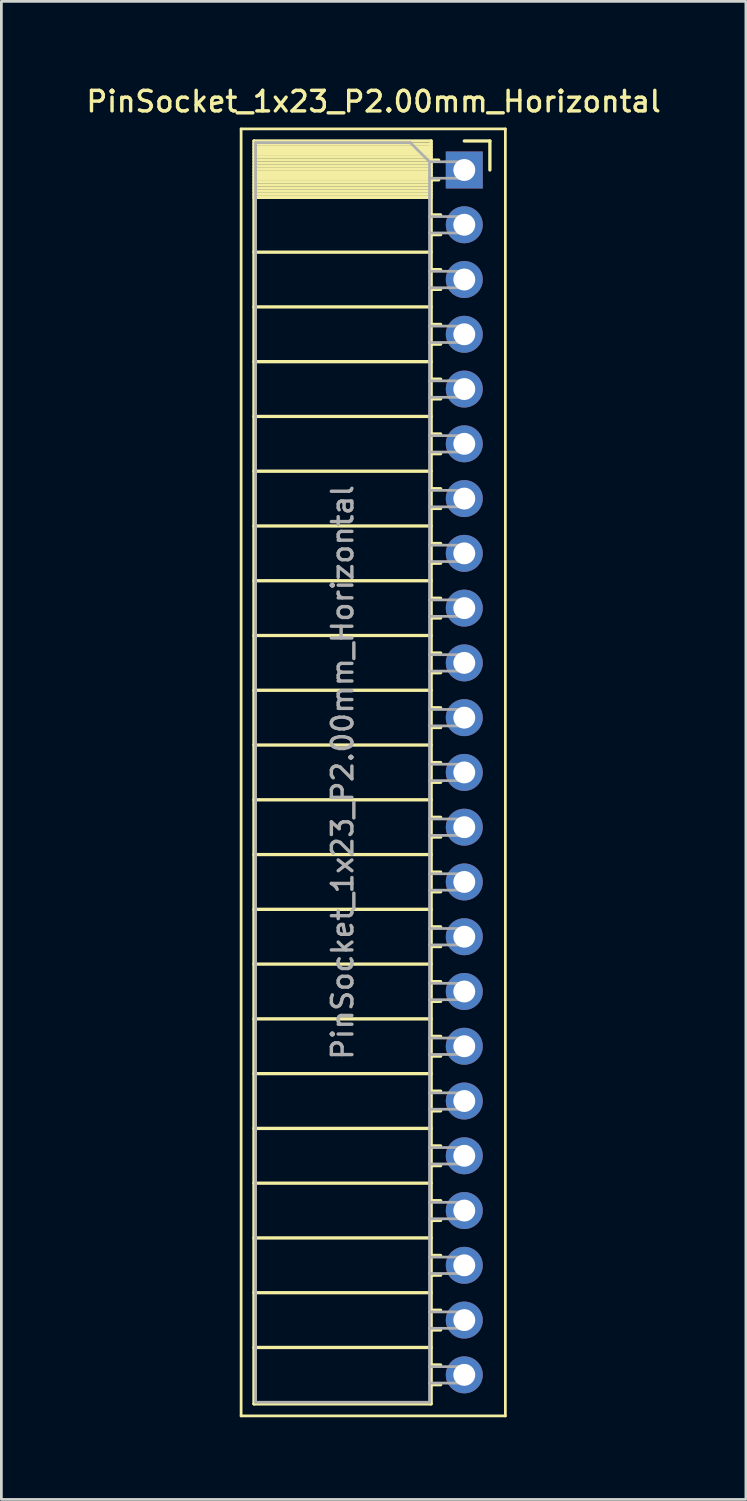
<source format=kicad_pcb>
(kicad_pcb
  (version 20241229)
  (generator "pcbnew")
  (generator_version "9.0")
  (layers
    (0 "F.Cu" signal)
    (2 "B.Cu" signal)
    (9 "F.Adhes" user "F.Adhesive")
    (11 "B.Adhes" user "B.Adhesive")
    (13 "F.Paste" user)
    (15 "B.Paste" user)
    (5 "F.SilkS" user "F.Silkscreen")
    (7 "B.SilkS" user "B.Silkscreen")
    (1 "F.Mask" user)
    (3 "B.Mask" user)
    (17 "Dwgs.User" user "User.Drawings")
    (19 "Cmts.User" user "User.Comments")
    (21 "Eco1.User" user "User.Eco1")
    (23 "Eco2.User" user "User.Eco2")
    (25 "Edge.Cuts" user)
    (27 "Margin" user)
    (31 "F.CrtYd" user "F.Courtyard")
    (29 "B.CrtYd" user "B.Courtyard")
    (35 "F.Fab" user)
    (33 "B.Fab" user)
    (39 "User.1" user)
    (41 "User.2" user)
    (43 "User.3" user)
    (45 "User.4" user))
  (footprint "PinSocket_1x23_P2.00mm_Horizontal"
    (layer "F.Cu")
    (at 13.905 3.158)
    (property "Reference" "PinSocket_1x23_P2.00mm_Horizontal" (at -3.31 -2.5 0) (layer "F.SilkS") (effects (font (size 0.75 0.75) (thickness 0.125))))
    (attr through_hole)
    (fp_line (start -8.15 -1.5) (end -8.15 45.5) (stroke (width 0.1) (type solid)) (layer "F.SilkS"))
    (fp_line (start -8.15 45.5) (end 1.5 45.5) (stroke (width 0.1) (type solid)) (layer "F.SilkS"))
    (fp_line (start -7.68 -1.06) (end -7.68 45.06) (stroke (width 0.12) (type solid)) (layer "F.SilkS"))
    (fp_line (start -7.68 -1.06) (end -1.21 -1.06) (stroke (width 0.12) (type solid)) (layer "F.SilkS"))
    (fp_line (start -7.68 -0.94) (end -1.21 -0.94) (stroke (width 0.12) (type solid)) (layer "F.SilkS"))
    (fp_line (start -7.68 -0.826) (end -1.21 -0.826) (stroke (width 0.12) (type solid)) (layer "F.SilkS"))
    (fp_line (start -7.68 -0.712) (end -1.21 -0.712) (stroke (width 0.12) (type solid)) (layer "F.SilkS"))
    (fp_line (start -7.68 -0.598) (end -1.21 -0.598) (stroke (width 0.12) (type solid)) (layer "F.SilkS"))
    (fp_line (start -7.68 -0.484) (end -1.21 -0.484) (stroke (width 0.12) (type solid)) (layer "F.SilkS"))
    (fp_line (start -7.68 -0.369) (end -1.21 -0.369) (stroke (width 0.12) (type solid)) (layer "F.SilkS"))
    (fp_line (start -7.68 -0.255) (end -1.21 -0.255) (stroke (width 0.12) (type solid)) (layer "F.SilkS"))
    (fp_line (start -7.68 -0.141) (end -1.21 -0.141) (stroke (width 0.12) (type solid)) (layer "F.SilkS"))
    (fp_line (start -7.68 -0.027) (end -1.21 -0.027) (stroke (width 0.12) (type solid)) (layer "F.SilkS"))
    (fp_line (start -7.68 0.087) (end -1.21 0.087) (stroke (width 0.12) (type solid)) (layer "F.SilkS"))
    (fp_line (start -7.68 0.201) (end -1.21 0.201) (stroke (width 0.12) (type solid)) (layer "F.SilkS"))
    (fp_line (start -7.68 0.315) (end -1.21 0.315) (stroke (width 0.12) (type solid)) (layer "F.SilkS"))
    (fp_line (start -7.68 0.429) (end -1.21 0.429) (stroke (width 0.12) (type solid)) (layer "F.SilkS"))
    (fp_line (start -7.68 0.544) (end -1.21 0.544) (stroke (width 0.12) (type solid)) (layer "F.SilkS"))
    (fp_line (start -7.68 0.658) (end -1.21 0.658) (stroke (width 0.12) (type solid)) (layer "F.SilkS"))
    (fp_line (start -7.68 0.772) (end -1.21 0.772) (stroke (width 0.12) (type solid)) (layer "F.SilkS"))
    (fp_line (start -7.68 0.886) (end -1.21 0.886) (stroke (width 0.12) (type solid)) (layer "F.SilkS"))
    (fp_line (start -7.68 1) (end -1.21 1) (stroke (width 0.12) (type solid)) (layer "F.SilkS"))
    (fp_line (start -7.68 3) (end -1.21 3) (stroke (width 0.12) (type solid)) (layer "F.SilkS"))
    (fp_line (start -7.68 5) (end -1.21 5) (stroke (width 0.12) (type solid)) (layer "F.SilkS"))
    (fp_line (start -7.68 7) (end -1.21 7) (stroke (width 0.12) (type solid)) (layer "F.SilkS"))
    (fp_line (start -7.68 9) (end -1.21 9) (stroke (width 0.12) (type solid)) (layer "F.SilkS"))
    (fp_line (start -7.68 11) (end -1.21 11) (stroke (width 0.12) (type solid)) (layer "F.SilkS"))
    (fp_line (start -7.68 13) (end -1.21 13) (stroke (width 0.12) (type solid)) (layer "F.SilkS"))
    (fp_line (start -7.68 15) (end -1.21 15) (stroke (width 0.12) (type solid)) (layer "F.SilkS"))
    (fp_line (start -7.68 17) (end -1.21 17) (stroke (width 0.12) (type solid)) (layer "F.SilkS"))
    (fp_line (start -7.68 19) (end -1.21 19) (stroke (width 0.12) (type solid)) (layer "F.SilkS"))
    (fp_line (start -7.68 21) (end -1.21 21) (stroke (width 0.12) (type solid)) (layer "F.SilkS"))
    (fp_line (start -7.68 23) (end -1.21 23) (stroke (width 0.12) (type solid)) (layer "F.SilkS"))
    (fp_line (start -7.68 25) (end -1.21 25) (stroke (width 0.12) (type solid)) (layer "F.SilkS"))
    (fp_line (start -7.68 27) (end -1.21 27) (stroke (width 0.12) (type solid)) (layer "F.SilkS"))
    (fp_line (start -7.68 29) (end -1.21 29) (stroke (width 0.12) (type solid)) (layer "F.SilkS"))
    (fp_line (start -7.68 31) (end -1.21 31) (stroke (width 0.12) (type solid)) (layer "F.SilkS"))
    (fp_line (start -7.68 33) (end -1.21 33) (stroke (width 0.12) (type solid)) (layer "F.SilkS"))
    (fp_line (start -7.68 35) (end -1.21 35) (stroke (width 0.12) (type solid)) (layer "F.SilkS"))
    (fp_line (start -7.68 37) (end -1.21 37) (stroke (width 0.12) (type solid)) (layer "F.SilkS"))
    (fp_line (start -7.68 39) (end -1.21 39) (stroke (width 0.12) (type solid)) (layer "F.SilkS"))
    (fp_line (start -7.68 41) (end -1.21 41) (stroke (width 0.12) (type solid)) (layer "F.SilkS"))
    (fp_line (start -7.68 43) (end -1.21 43) (stroke (width 0.12) (type solid)) (layer "F.SilkS"))
    (fp_line (start -7.68 45.06) (end -1.21 45.06) (stroke (width 0.12) (type solid)) (layer "F.SilkS"))
    (fp_line (start -1.21 -1.06) (end -1.21 45.06) (stroke (width 0.12) (type solid)) (layer "F.SilkS"))
    (fp_line (start -1.21 -0.36) (end -0.935 -0.36) (stroke (width 0.12) (type solid)) (layer "F.SilkS"))
    (fp_line (start -1.21 0.36) (end -0.935 0.36) (stroke (width 0.12) (type solid)) (layer "F.SilkS"))
    (fp_line (start -1.21 1.64) (end -0.863 1.64) (stroke (width 0.12) (type solid)) (layer "F.SilkS"))
    (fp_line (start -1.21 2.36) (end -0.863 2.36) (stroke (width 0.12) (type solid)) (layer "F.SilkS"))
    (fp_line (start -1.21 3.64) (end -0.863 3.64) (stroke (width 0.12) (type solid)) (layer "F.SilkS"))
    (fp_line (start -1.21 4.36) (end -0.863 4.36) (stroke (width 0.12) (type solid)) (layer "F.SilkS"))
    (fp_line (start -1.21 5.64) (end -0.863 5.64) (stroke (width 0.12) (type solid)) (layer "F.SilkS"))
    (fp_line (start -1.21 6.36) (end -0.863 6.36) (stroke (width 0.12) (type solid)) (layer "F.SilkS"))
    (fp_line (start -1.21 7.64) (end -0.863 7.64) (stroke (width 0.12) (type solid)) (layer "F.SilkS"))
    (fp_line (start -1.21 8.36) (end -0.863 8.36) (stroke (width 0.12) (type solid)) (layer "F.SilkS"))
    (fp_line (start -1.21 9.64) (end -0.863 9.64) (stroke (width 0.12) (type solid)) (layer "F.SilkS"))
    (fp_line (start -1.21 10.36) (end -0.863 10.36) (stroke (width 0.12) (type solid)) (layer "F.SilkS"))
    (fp_line (start -1.21 11.64) (end -0.863 11.64) (stroke (width 0.12) (type solid)) (layer "F.SilkS"))
    (fp_line (start -1.21 12.36) (end -0.863 12.36) (stroke (width 0.12) (type solid)) (layer "F.SilkS"))
    (fp_line (start -1.21 13.64) (end -0.863 13.64) (stroke (width 0.12) (type solid)) (layer "F.SilkS"))
    (fp_line (start -1.21 14.36) (end -0.863 14.36) (stroke (width 0.12) (type solid)) (layer "F.SilkS"))
    (fp_line (start -1.21 15.64) (end -0.863 15.64) (stroke (width 0.12) (type solid)) (layer "F.SilkS"))
    (fp_line (start -1.21 16.36) (end -0.863 16.36) (stroke (width 0.12) (type solid)) (layer "F.SilkS"))
    (fp_line (start -1.21 17.64) (end -0.863 17.64) (stroke (width 0.12) (type solid)) (layer "F.SilkS"))
    (fp_line (start -1.21 18.36) (end -0.863 18.36) (stroke (width 0.12) (type solid)) (layer "F.SilkS"))
    (fp_line (start -1.21 19.64) (end -0.863 19.64) (stroke (width 0.12) (type solid)) (layer "F.SilkS"))
    (fp_line (start -1.21 20.36) (end -0.863 20.36) (stroke (width 0.12) (type solid)) (layer "F.SilkS"))
    (fp_line (start -1.21 21.64) (end -0.863 21.64) (stroke (width 0.12) (type solid)) (layer "F.SilkS"))
    (fp_line (start -1.21 22.36) (end -0.863 22.36) (stroke (width 0.12) (type solid)) (layer "F.SilkS"))
    (fp_line (start -1.21 23.64) (end -0.863 23.64) (stroke (width 0.12) (type solid)) (layer "F.SilkS"))
    (fp_line (start -1.21 24.36) (end -0.863 24.36) (stroke (width 0.12) (type solid)) (layer "F.SilkS"))
    (fp_line (start -1.21 25.64) (end -0.863 25.64) (stroke (width 0.12) (type solid)) (layer "F.SilkS"))
    (fp_line (start -1.21 26.36) (end -0.863 26.36) (stroke (width 0.12) (type solid)) (layer "F.SilkS"))
    (fp_line (start -1.21 27.64) (end -0.863 27.64) (stroke (width 0.12) (type solid)) (layer "F.SilkS"))
    (fp_line (start -1.21 28.36) (end -0.863 28.36) (stroke (width 0.12) (type solid)) (layer "F.SilkS"))
    (fp_line (start -1.21 29.64) (end -0.863 29.64) (stroke (width 0.12) (type solid)) (layer "F.SilkS"))
    (fp_line (start -1.21 30.36) (end -0.863 30.36) (stroke (width 0.12) (type solid)) (layer "F.SilkS"))
    (fp_line (start -1.21 31.64) (end -0.863 31.64) (stroke (width 0.12) (type solid)) (layer "F.SilkS"))
    (fp_line (start -1.21 32.36) (end -0.863 32.36) (stroke (width 0.12) (type solid)) (layer "F.SilkS"))
    (fp_line (start -1.21 33.64) (end -0.863 33.64) (stroke (width 0.12) (type solid)) (layer "F.SilkS"))
    (fp_line (start -1.21 34.36) (end -0.863 34.36) (stroke (width 0.12) (type solid)) (layer "F.SilkS"))
    (fp_line (start -1.21 35.64) (end -0.863 35.64) (stroke (width 0.12) (type solid)) (layer "F.SilkS"))
    (fp_line (start -1.21 36.36) (end -0.863 36.36) (stroke (width 0.12) (type solid)) (layer "F.SilkS"))
    (fp_line (start -1.21 37.64) (end -0.863 37.64) (stroke (width 0.12) (type solid)) (layer "F.SilkS"))
    (fp_line (start -1.21 38.36) (end -0.863 38.36) (stroke (width 0.12) (type solid)) (layer "F.SilkS"))
    (fp_line (start -1.21 39.64) (end -0.863 39.64) (stroke (width 0.12) (type solid)) (layer "F.SilkS"))
    (fp_line (start -1.21 40.36) (end -0.863 40.36) (stroke (width 0.12) (type solid)) (layer "F.SilkS"))
    (fp_line (start -1.21 41.64) (end -0.863 41.64) (stroke (width 0.12) (type solid)) (layer "F.SilkS"))
    (fp_line (start -1.21 42.36) (end -0.863 42.36) (stroke (width 0.12) (type solid)) (layer "F.SilkS"))
    (fp_line (start -1.21 43.64) (end -0.863 43.64) (stroke (width 0.12) (type solid)) (layer "F.SilkS"))
    (fp_line (start -1.21 44.36) (end -0.863 44.36) (stroke (width 0.12) (type solid)) (layer "F.SilkS"))
    (fp_line (start 0 -1.06) (end 0.935 -1.06) (stroke (width 0.12) (type solid)) (layer "F.SilkS"))
    (fp_line (start 0.935 -1.06) (end 0.935 0) (stroke (width 0.12) (type solid)) (layer "F.SilkS"))
    (fp_line (start 1.5 -1.5) (end -8.15 -1.5) (stroke (width 0.1) (type solid)) (layer "F.SilkS"))
    (fp_line (start 1.5 45.5) (end 1.5 -1.5) (stroke (width 0.1) (type solid)) (layer "F.SilkS"))
    (fp_line (start -7.62 -1) (end -1.97 -1) (stroke (width 0.1) (type solid)) (layer "F.Fab"))
    (fp_line (start -7.62 45) (end -7.62 -1) (stroke (width 0.1) (type solid)) (layer "F.Fab"))
    (fp_line (start -1.97 -1) (end -1.27 -0.3) (stroke (width 0.1) (type solid)) (layer "F.Fab"))
    (fp_line (start -1.27 -0.3) (end -1.27 45) (stroke (width 0.1) (type solid)) (layer "F.Fab"))
    (fp_line (start -1.27 0.3) (end 0 0.3) (stroke (width 0.1) (type solid)) (layer "F.Fab"))
    (fp_line (start -1.27 2.3) (end 0 2.3) (stroke (width 0.1) (type solid)) (layer "F.Fab"))
    (fp_line (start -1.27 4.3) (end 0 4.3) (stroke (width 0.1) (type solid)) (layer "F.Fab"))
    (fp_line (start -1.27 6.3) (end 0 6.3) (stroke (width 0.1) (type solid)) (layer "F.Fab"))
    (fp_line (start -1.27 8.3) (end 0 8.3) (stroke (width 0.1) (type solid)) (layer "F.Fab"))
    (fp_line (start -1.27 10.3) (end 0 10.3) (stroke (width 0.1) (type solid)) (layer "F.Fab"))
    (fp_line (start -1.27 12.3) (end 0 12.3) (stroke (width 0.1) (type solid)) (layer "F.Fab"))
    (fp_line (start -1.27 14.3) (end 0 14.3) (stroke (width 0.1) (type solid)) (layer "F.Fab"))
    (fp_line (start -1.27 16.3) (end 0 16.3) (stroke (width 0.1) (type solid)) (layer "F.Fab"))
    (fp_line (start -1.27 18.3) (end 0 18.3) (stroke (width 0.1) (type solid)) (layer "F.Fab"))
    (fp_line (start -1.27 20.3) (end 0 20.3) (stroke (width 0.1) (type solid)) (layer "F.Fab"))
    (fp_line (start -1.27 22.3) (end 0 22.3) (stroke (width 0.1) (type solid)) (layer "F.Fab"))
    (fp_line (start -1.27 24.3) (end 0 24.3) (stroke (width 0.1) (type solid)) (layer "F.Fab"))
    (fp_line (start -1.27 26.3) (end 0 26.3) (stroke (width 0.1) (type solid)) (layer "F.Fab"))
    (fp_line (start -1.27 28.3) (end 0 28.3) (stroke (width 0.1) (type solid)) (layer "F.Fab"))
    (fp_line (start -1.27 30.3) (end 0 30.3) (stroke (width 0.1) (type solid)) (layer "F.Fab"))
    (fp_line (start -1.27 32.3) (end 0 32.3) (stroke (width 0.1) (type solid)) (layer "F.Fab"))
    (fp_line (start -1.27 34.3) (end 0 34.3) (stroke (width 0.1) (type solid)) (layer "F.Fab"))
    (fp_line (start -1.27 36.3) (end 0 36.3) (stroke (width 0.1) (type solid)) (layer "F.Fab"))
    (fp_line (start -1.27 38.3) (end 0 38.3) (stroke (width 0.1) (type solid)) (layer "F.Fab"))
    (fp_line (start -1.27 40.3) (end 0 40.3) (stroke (width 0.1) (type solid)) (layer "F.Fab"))
    (fp_line (start -1.27 42.3) (end 0 42.3) (stroke (width 0.1) (type solid)) (layer "F.Fab"))
    (fp_line (start -1.27 44.3) (end 0 44.3) (stroke (width 0.1) (type solid)) (layer "F.Fab"))
    (fp_line (start -1.27 45) (end -7.62 45) (stroke (width 0.1) (type solid)) (layer "F.Fab"))
    (fp_line (start 0 -0.3) (end -1.27 -0.3) (stroke (width 0.1) (type solid)) (layer "F.Fab"))
    (fp_line (start 0 0.3) (end 0 -0.3) (stroke (width 0.1) (type solid)) (layer "F.Fab"))
    (fp_line (start 0 1.7) (end -1.27 1.7) (stroke (width 0.1) (type solid)) (layer "F.Fab"))
    (fp_line (start 0 2.3) (end 0 1.7) (stroke (width 0.1) (type solid)) (layer "F.Fab"))
    (fp_line (start 0 3.7) (end -1.27 3.7) (stroke (width 0.1) (type solid)) (layer "F.Fab"))
    (fp_line (start 0 4.3) (end 0 3.7) (stroke (width 0.1) (type solid)) (layer "F.Fab"))
    (fp_line (start 0 5.7) (end -1.27 5.7) (stroke (width 0.1) (type solid)) (layer "F.Fab"))
    (fp_line (start 0 6.3) (end 0 5.7) (stroke (width 0.1) (type solid)) (layer "F.Fab"))
    (fp_line (start 0 7.7) (end -1.27 7.7) (stroke (width 0.1) (type solid)) (layer "F.Fab"))
    (fp_line (start 0 8.3) (end 0 7.7) (stroke (width 0.1) (type solid)) (layer "F.Fab"))
    (fp_line (start 0 9.7) (end -1.27 9.7) (stroke (width 0.1) (type solid)) (layer "F.Fab"))
    (fp_line (start 0 10.3) (end 0 9.7) (stroke (width 0.1) (type solid)) (layer "F.Fab"))
    (fp_line (start 0 11.7) (end -1.27 11.7) (stroke (width 0.1) (type solid)) (layer "F.Fab"))
    (fp_line (start 0 12.3) (end 0 11.7) (stroke (width 0.1) (type solid)) (layer "F.Fab"))
    (fp_line (start 0 13.7) (end -1.27 13.7) (stroke (width 0.1) (type solid)) (layer "F.Fab"))
    (fp_line (start 0 14.3) (end 0 13.7) (stroke (width 0.1) (type solid)) (layer "F.Fab"))
    (fp_line (start 0 15.7) (end -1.27 15.7) (stroke (width 0.1) (type solid)) (layer "F.Fab"))
    (fp_line (start 0 16.3) (end 0 15.7) (stroke (width 0.1) (type solid)) (layer "F.Fab"))
    (fp_line (start 0 17.7) (end -1.27 17.7) (stroke (width 0.1) (type solid)) (layer "F.Fab"))
    (fp_line (start 0 18.3) (end 0 17.7) (stroke (width 0.1) (type solid)) (layer "F.Fab"))
    (fp_line (start 0 19.7) (end -1.27 19.7) (stroke (width 0.1) (type solid)) (layer "F.Fab"))
    (fp_line (start 0 20.3) (end 0 19.7) (stroke (width 0.1) (type solid)) (layer "F.Fab"))
    (fp_line (start 0 21.7) (end -1.27 21.7) (stroke (width 0.1) (type solid)) (layer "F.Fab"))
    (fp_line (start 0 22.3) (end 0 21.7) (stroke (width 0.1) (type solid)) (layer "F.Fab"))
    (fp_line (start 0 23.7) (end -1.27 23.7) (stroke (width 0.1) (type solid)) (layer "F.Fab"))
    (fp_line (start 0 24.3) (end 0 23.7) (stroke (width 0.1) (type solid)) (layer "F.Fab"))
    (fp_line (start 0 25.7) (end -1.27 25.7) (stroke (width 0.1) (type solid)) (layer "F.Fab"))
    (fp_line (start 0 26.3) (end 0 25.7) (stroke (width 0.1) (type solid)) (layer "F.Fab"))
    (fp_line (start 0 27.7) (end -1.27 27.7) (stroke (width 0.1) (type solid)) (layer "F.Fab"))
    (fp_line (start 0 28.3) (end 0 27.7) (stroke (width 0.1) (type solid)) (layer "F.Fab"))
    (fp_line (start 0 29.7) (end -1.27 29.7) (stroke (width 0.1) (type solid)) (layer "F.Fab"))
    (fp_line (start 0 30.3) (end 0 29.7) (stroke (width 0.1) (type solid)) (layer "F.Fab"))
    (fp_line (start 0 31.7) (end -1.27 31.7) (stroke (width 0.1) (type solid)) (layer "F.Fab"))
    (fp_line (start 0 32.3) (end 0 31.7) (stroke (width 0.1) (type solid)) (layer "F.Fab"))
    (fp_line (start 0 33.7) (end -1.27 33.7) (stroke (width 0.1) (type solid)) (layer "F.Fab"))
    (fp_line (start 0 34.3) (end 0 33.7) (stroke (width 0.1) (type solid)) (layer "F.Fab"))
    (fp_line (start 0 35.7) (end -1.27 35.7) (stroke (width 0.1) (type solid)) (layer "F.Fab"))
    (fp_line (start 0 36.3) (end 0 35.7) (stroke (width 0.1) (type solid)) (layer "F.Fab"))
    (fp_line (start 0 37.7) (end -1.27 37.7) (stroke (width 0.1) (type solid)) (layer "F.Fab"))
    (fp_line (start 0 38.3) (end 0 37.7) (stroke (width 0.1) (type solid)) (layer "F.Fab"))
    (fp_line (start 0 39.7) (end -1.27 39.7) (stroke (width 0.1) (type solid)) (layer "F.Fab"))
    (fp_line (start 0 40.3) (end 0 39.7) (stroke (width 0.1) (type solid)) (layer "F.Fab"))
    (fp_line (start 0 41.7) (end -1.27 41.7) (stroke (width 0.1) (type solid)) (layer "F.Fab"))
    (fp_line (start 0 42.3) (end 0 41.7) (stroke (width 0.1) (type solid)) (layer "F.Fab"))
    (fp_line (start 0 43.7) (end -1.27 43.7) (stroke (width 0.1) (type solid)) (layer "F.Fab"))
    (fp_line (start 0 44.3) (end 0 43.7) (stroke (width 0.1) (type solid)) (layer "F.Fab"))
    (fp_text user "${REFERENCE}" (at -4.445 22 90) (layer "F.Fab") (effects (font (size 0.75 0.75) (thickness 0.125))))
    (pad "1" thru_hole rect (at 0 0) (size 1.35 1.35) (drill 0.8) (layers "*.Cu" "*.Mask"))
    (pad "2" thru_hole oval (at 0 2) (size 1.35 1.35) (drill 0.8) (layers "*.Cu" "*.Mask"))
    (pad "3" thru_hole oval (at 0 4) (size 1.35 1.35) (drill 0.8) (layers "*.Cu" "*.Mask"))
    (pad "4" thru_hole oval (at 0 6) (size 1.35 1.35) (drill 0.8) (layers "*.Cu" "*.Mask"))
    (pad "5" thru_hole oval (at 0 8) (size 1.35 1.35) (drill 0.8) (layers "*.Cu" "*.Mask"))
    (pad "6" thru_hole oval (at 0 10) (size 1.35 1.35) (drill 0.8) (layers "*.Cu" "*.Mask"))
    (pad "7" thru_hole oval (at 0 12) (size 1.35 1.35) (drill 0.8) (layers "*.Cu" "*.Mask"))
    (pad "8" thru_hole oval (at 0 14) (size 1.35 1.35) (drill 0.8) (layers "*.Cu" "*.Mask"))
    (pad "9" thru_hole oval (at 0 16) (size 1.35 1.35) (drill 0.8) (layers "*.Cu" "*.Mask"))
    (pad "10" thru_hole oval (at 0 18) (size 1.35 1.35) (drill 0.8) (layers "*.Cu" "*.Mask"))
    (pad "11" thru_hole oval (at 0 20) (size 1.35 1.35) (drill 0.8) (layers "*.Cu" "*.Mask"))
    (pad "12" thru_hole oval (at 0 22) (size 1.35 1.35) (drill 0.8) (layers "*.Cu" "*.Mask"))
    (pad "13" thru_hole oval (at 0 24) (size 1.35 1.35) (drill 0.8) (layers "*.Cu" "*.Mask"))
    (pad "14" thru_hole oval (at 0 26) (size 1.35 1.35) (drill 0.8) (layers "*.Cu" "*.Mask"))
    (pad "15" thru_hole oval (at 0 28) (size 1.35 1.35) (drill 0.8) (layers "*.Cu" "*.Mask"))
    (pad "16" thru_hole oval (at 0 30) (size 1.35 1.35) (drill 0.8) (layers "*.Cu" "*.Mask"))
    (pad "17" thru_hole oval (at 0 32) (size 1.35 1.35) (drill 0.8) (layers "*.Cu" "*.Mask"))
    (pad "18" thru_hole oval (at 0 34) (size 1.35 1.35) (drill 0.8) (layers "*.Cu" "*.Mask"))
    (pad "19" thru_hole oval (at 0 36) (size 1.35 1.35) (drill 0.8) (layers "*.Cu" "*.Mask"))
    (pad "20" thru_hole oval (at 0 38) (size 1.35 1.35) (drill 0.8) (layers "*.Cu" "*.Mask"))
    (pad "21" thru_hole oval (at 0 40) (size 1.35 1.35) (drill 0.8) (layers "*.Cu" "*.Mask"))
    (pad "22" thru_hole oval (at 0 42) (size 1.35 1.35) (drill 0.8) (layers "*.Cu" "*.Mask"))
    (pad "23" thru_hole oval (at 0 44) (size 1.35 1.35) (drill 0.8) (layers "*.Cu" "*.Mask")))
  (gr_rect
    (start -3 -3)
    (end 24.189 51.708)
    (stroke (width 0.1) (type default))
    (fill no)
    (layer "Edge.Cuts")))
</source>
